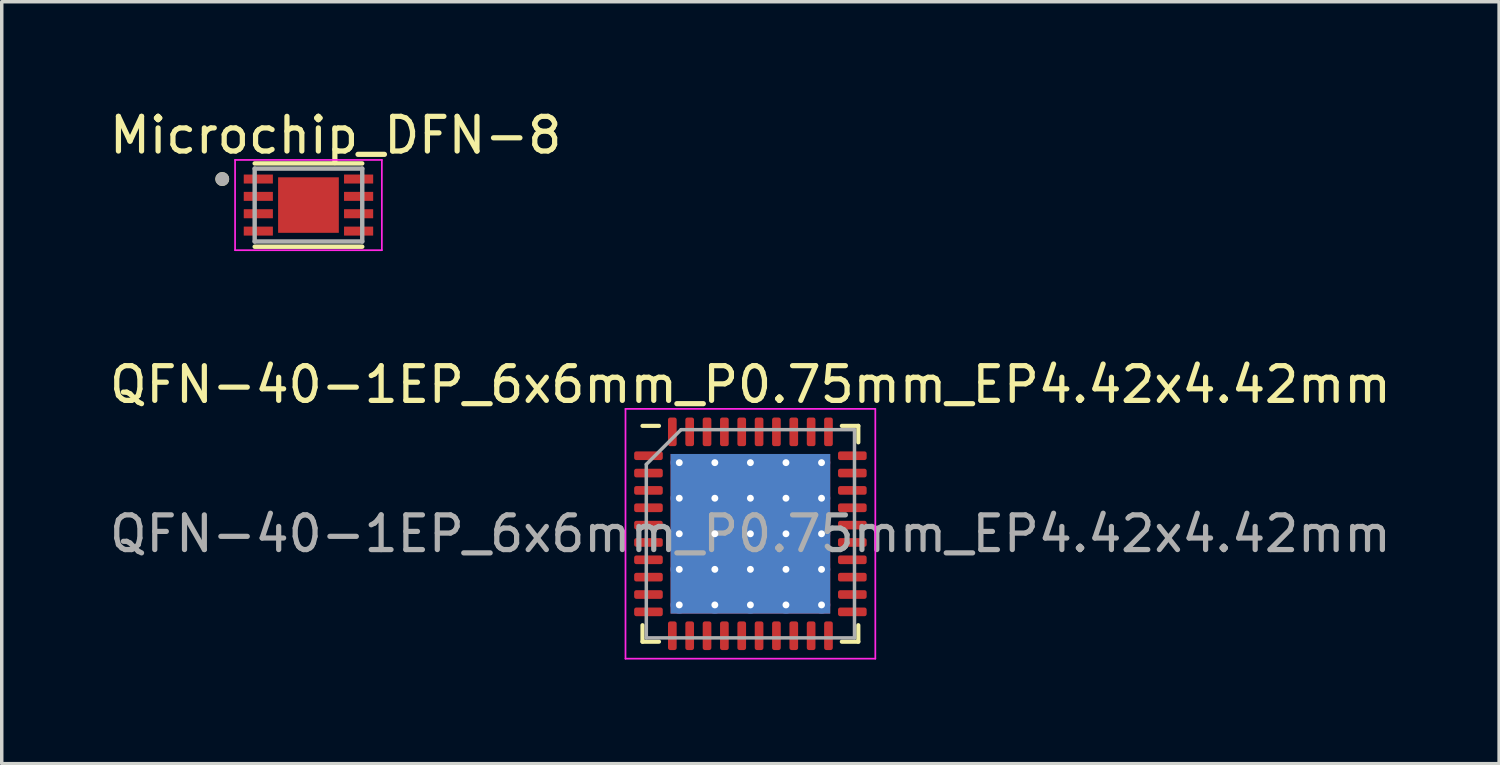
<source format=kicad_pcb>
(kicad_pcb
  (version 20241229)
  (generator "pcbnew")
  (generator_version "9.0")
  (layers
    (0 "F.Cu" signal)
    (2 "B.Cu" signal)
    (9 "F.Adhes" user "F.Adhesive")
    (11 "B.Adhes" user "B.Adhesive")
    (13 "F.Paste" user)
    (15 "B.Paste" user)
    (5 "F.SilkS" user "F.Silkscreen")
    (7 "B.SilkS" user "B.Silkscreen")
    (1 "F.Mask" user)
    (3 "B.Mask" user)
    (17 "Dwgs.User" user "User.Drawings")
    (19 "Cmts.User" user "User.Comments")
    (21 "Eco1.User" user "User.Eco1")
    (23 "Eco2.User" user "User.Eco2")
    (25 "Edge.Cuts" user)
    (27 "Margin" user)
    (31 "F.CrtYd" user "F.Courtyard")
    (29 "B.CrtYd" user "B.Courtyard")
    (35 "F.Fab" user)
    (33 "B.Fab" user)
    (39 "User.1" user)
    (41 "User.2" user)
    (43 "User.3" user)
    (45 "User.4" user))
  (footprint "Microchip_DFN-8"
    (layer "F.Cu")
    (at 5.84 2.86)
    (property "Reference" "Microchip_DFN-8" (at 0.785 -2.012 0) (layer "F.SilkS") (effects (font (size 1 1) (thickness 0.15))))
    (attr smd)
    (fp_line (start -1.55 -1.2) (end 1.55 -1.2) (stroke (width 0.127) (type solid)) (layer "F.SilkS"))
    (fp_line (start -1.55 1.2) (end 1.55 1.2) (stroke (width 0.127) (type solid)) (layer "F.SilkS"))
    (fp_circle (center -2.485 -0.75) (end -2.385 -0.75) (stroke (width 0.2) (type solid)) (fill no) (layer "F.SilkS"))
    (fp_poly (pts (xy -0.55 -0.51) (xy 0.55 -0.51) (xy 0.55 0.51) (xy -0.55 0.51)) (stroke (width 0.01) (type solid)) (fill yes) (layer "F.Paste"))
    (fp_line (start -2.115 -1.3) (end -2.115 1.3) (stroke (width 0.05) (type solid)) (layer "F.CrtYd"))
    (fp_line (start -2.115 -1.3) (end 2.115 -1.3) (stroke (width 0.05) (type solid)) (layer "F.CrtYd"))
    (fp_line (start -2.115 1.3) (end 2.115 1.3) (stroke (width 0.05) (type solid)) (layer "F.CrtYd"))
    (fp_line (start 2.115 -1.3) (end 2.115 1.3) (stroke (width 0.05) (type solid)) (layer "F.CrtYd"))
    (fp_line (start -1.55 -1.05) (end -1.55 1.05) (stroke (width 0.127) (type solid)) (layer "F.Fab"))
    (fp_line (start -1.55 -1.05) (end 1.55 -1.05) (stroke (width 0.127) (type solid)) (layer "F.Fab"))
    (fp_line (start -1.55 1.05) (end 1.55 1.05) (stroke (width 0.127) (type solid)) (layer "F.Fab"))
    (fp_line (start 1.55 -1.05) (end 1.55 1.05) (stroke (width 0.127) (type solid)) (layer "F.Fab"))
    (fp_circle (center -2.485 -0.75) (end -2.385 -0.75) (stroke (width 0.2) (type solid)) (fill no) (layer "F.Fab"))
    (pad "1" smd roundrect (at -1.445 -0.75) (size 0.84 0.26) (layers "F.Cu" "F.Paste") (roundrect_rratio 0.03))
    (pad "2" smd roundrect (at -1.445 -0.25) (size 0.84 0.26) (layers "F.Cu" "F.Paste") (roundrect_rratio 0.03))
    (pad "3" smd roundrect (at -1.445 0.25) (size 0.84 0.26) (layers "F.Cu" "F.Paste") (roundrect_rratio 0.03))
    (pad "4" smd roundrect (at -1.445 0.75) (size 0.84 0.26) (layers "F.Cu" "F.Paste") (roundrect_rratio 0.03))
    (pad "5" smd roundrect (at 1.445 0.75) (size 0.84 0.26) (layers "F.Cu" "F.Paste") (roundrect_rratio 0.03))
    (pad "6" smd roundrect (at 1.445 0.25) (size 0.84 0.26) (layers "F.Cu" "F.Paste") (roundrect_rratio 0.03))
    (pad "7" smd roundrect (at 1.445 -0.25) (size 0.84 0.26) (layers "F.Cu" "F.Paste") (roundrect_rratio 0.03))
    (pad "8" smd roundrect (at 1.445 -0.75) (size 0.84 0.26) (layers "F.Cu" "F.Paste") (roundrect_rratio 0.03))
    (pad "9" smd rect (at 0 0) (size 1.75 1.6) (layers "F.Cu")))
  (footprint "QFN-40-1EP_6x6mm_P0.75mm_EP4.42x4.42mm"
    (layer "F.Cu")
    (at 18.577 12.334)
    (property "Reference" "QFN-40-1EP_6x6mm_P0.75mm_EP4.42x4.42mm" (at 0 -4.3 0) (layer "F.SilkS") (effects (font (size 1 1) (thickness 0.15))))
    (attr smd)
    (fp_line (start -3.11 3.11) (end -3.11 2.635) (stroke (width 0.12) (type solid)) (layer "F.SilkS"))
    (fp_line (start -2.635 -3.11) (end -3.11 -3.11) (stroke (width 0.12) (type solid)) (layer "F.SilkS"))
    (fp_line (start -2.635 3.11) (end -3.11 3.11) (stroke (width 0.12) (type solid)) (layer "F.SilkS"))
    (fp_line (start 2.635 -3.11) (end 3.11 -3.11) (stroke (width 0.12) (type solid)) (layer "F.SilkS"))
    (fp_line (start 2.635 3.11) (end 3.11 3.11) (stroke (width 0.12) (type solid)) (layer "F.SilkS"))
    (fp_line (start 3.11 -3.11) (end 3.11 -2.635) (stroke (width 0.12) (type solid)) (layer "F.SilkS"))
    (fp_line (start 3.11 3.11) (end 3.11 2.635) (stroke (width 0.12) (type solid)) (layer "F.SilkS"))
    (fp_line (start -3.6 -3.6) (end -3.6 3.6) (stroke (width 0.05) (type solid)) (layer "F.CrtYd"))
    (fp_line (start -3.6 3.6) (end 3.6 3.6) (stroke (width 0.05) (type solid)) (layer "F.CrtYd"))
    (fp_line (start 3.6 -3.6) (end -3.6 -3.6) (stroke (width 0.05) (type solid)) (layer "F.CrtYd"))
    (fp_line (start 3.6 3.6) (end 3.6 -3.6) (stroke (width 0.05) (type solid)) (layer "F.CrtYd"))
    (fp_line (start -3 -2) (end -2 -3) (stroke (width 0.1) (type solid)) (layer "F.Fab"))
    (fp_line (start -3 3) (end -3 -2) (stroke (width 0.1) (type solid)) (layer "F.Fab"))
    (fp_line (start -2 -3) (end 3 -3) (stroke (width 0.1) (type solid)) (layer "F.Fab"))
    (fp_line (start 3 -3) (end 3 3) (stroke (width 0.1) (type solid)) (layer "F.Fab"))
    (fp_line (start 3 3) (end -3 3) (stroke (width 0.1) (type solid)) (layer "F.Fab"))
    (fp_text user "${REFERENCE}" (at 0 0 0) (layer "F.Fab") (effects (font (size 1 1) (thickness 0.15))))
    (pad "" smd custom (at -1.538 -1.538) (size 0.786 0.786) (layers "F.Paste") (options (anchor circle)) (primitives (gr_poly (pts (xy 0.34 -0.253) (xy 0.34 0.253) (xy 0.253 0.34) (xy -0.253 0.34) (xy -0.34 0.253) (xy -0.34 -0.253) (xy -0.253 -0.34) (xy 0.253 -0.34)) (width 0.21) (fill yes))))
    (pad "" smd custom (at -1.538 -0.512) (size 0.786 0.786) (layers "F.Paste") (options (anchor circle)) (primitives (gr_poly (pts (xy 0.34 -0.253) (xy 0.34 0.253) (xy 0.253 0.34) (xy -0.253 0.34) (xy -0.34 0.253) (xy -0.34 -0.253) (xy -0.253 -0.34) (xy 0.253 -0.34)) (width 0.21) (fill yes))))
    (pad "" smd custom (at -1.538 0.512) (size 0.786 0.786) (layers "F.Paste") (options (anchor circle)) (primitives (gr_poly (pts (xy 0.34 -0.253) (xy 0.34 0.253) (xy 0.253 0.34) (xy -0.253 0.34) (xy -0.34 0.253) (xy -0.34 -0.253) (xy -0.253 -0.34) (xy 0.253 -0.34)) (width 0.21) (fill yes))))
    (pad "" smd custom (at -1.538 1.538) (size 0.786 0.786) (layers "F.Paste") (options (anchor circle)) (primitives (gr_poly (pts (xy 0.34 -0.253) (xy 0.34 0.253) (xy 0.253 0.34) (xy -0.253 0.34) (xy -0.34 0.253) (xy -0.34 -0.253) (xy -0.253 -0.34) (xy 0.253 -0.34)) (width 0.21) (fill yes))))
    (pad "" smd custom (at -0.512 -1.538) (size 0.786 0.786) (layers "F.Paste") (options (anchor circle)) (primitives (gr_poly (pts (xy 0.34 -0.253) (xy 0.34 0.253) (xy 0.253 0.34) (xy -0.253 0.34) (xy -0.34 0.253) (xy -0.34 -0.253) (xy -0.253 -0.34) (xy 0.253 -0.34)) (width 0.21) (fill yes))))
    (pad "" smd custom (at -0.512 -0.512) (size 0.786 0.786) (layers "F.Paste") (options (anchor circle)) (primitives (gr_poly (pts (xy 0.34 -0.253) (xy 0.34 0.253) (xy 0.253 0.34) (xy -0.253 0.34) (xy -0.34 0.253) (xy -0.34 -0.253) (xy -0.253 -0.34) (xy 0.253 -0.34)) (width 0.21) (fill yes))))
    (pad "" smd custom (at -0.512 0.512) (size 0.786 0.786) (layers "F.Paste") (options (anchor circle)) (primitives (gr_poly (pts (xy 0.34 -0.253) (xy 0.34 0.253) (xy 0.253 0.34) (xy -0.253 0.34) (xy -0.34 0.253) (xy -0.34 -0.253) (xy -0.253 -0.34) (xy 0.253 -0.34)) (width 0.21) (fill yes))))
    (pad "" smd custom (at -0.512 1.538) (size 0.786 0.786) (layers "F.Paste") (options (anchor circle)) (primitives (gr_poly (pts (xy 0.34 -0.253) (xy 0.34 0.253) (xy 0.253 0.34) (xy -0.253 0.34) (xy -0.34 0.253) (xy -0.34 -0.253) (xy -0.253 -0.34) (xy 0.253 -0.34)) (width 0.21) (fill yes))))
    (pad "" smd custom (at 0.512 -1.538) (size 0.786 0.786) (layers "F.Paste") (options (anchor circle)) (primitives (gr_poly (pts (xy 0.34 -0.253) (xy 0.34 0.253) (xy 0.253 0.34) (xy -0.253 0.34) (xy -0.34 0.253) (xy -0.34 -0.253) (xy -0.253 -0.34) (xy 0.253 -0.34)) (width 0.21) (fill yes))))
    (pad "" smd custom (at 0.512 -0.512) (size 0.786 0.786) (layers "F.Paste") (options (anchor circle)) (primitives (gr_poly (pts (xy 0.34 -0.253) (xy 0.34 0.253) (xy 0.253 0.34) (xy -0.253 0.34) (xy -0.34 0.253) (xy -0.34 -0.253) (xy -0.253 -0.34) (xy 0.253 -0.34)) (width 0.21) (fill yes))))
    (pad "" smd custom (at 0.512 0.512) (size 0.786 0.786) (layers "F.Paste") (options (anchor circle)) (primitives (gr_poly (pts (xy 0.34 -0.253) (xy 0.34 0.253) (xy 0.253 0.34) (xy -0.253 0.34) (xy -0.34 0.253) (xy -0.34 -0.253) (xy -0.253 -0.34) (xy 0.253 -0.34)) (width 0.21) (fill yes))))
    (pad "" smd custom (at 0.512 1.538) (size 0.786 0.786) (layers "F.Paste") (options (anchor circle)) (primitives (gr_poly (pts (xy 0.34 -0.253) (xy 0.34 0.253) (xy 0.253 0.34) (xy -0.253 0.34) (xy -0.34 0.253) (xy -0.34 -0.253) (xy -0.253 -0.34) (xy 0.253 -0.34)) (width 0.21) (fill yes))))
    (pad "" smd custom (at 1.538 -1.538) (size 0.786 0.786) (layers "F.Paste") (options (anchor circle)) (primitives (gr_poly (pts (xy 0.34 -0.253) (xy 0.34 0.253) (xy 0.253 0.34) (xy -0.253 0.34) (xy -0.34 0.253) (xy -0.34 -0.253) (xy -0.253 -0.34) (xy 0.253 -0.34)) (width 0.21) (fill yes))))
    (pad "" smd custom (at 1.538 -0.512) (size 0.786 0.786) (layers "F.Paste") (options (anchor circle)) (primitives (gr_poly (pts (xy 0.34 -0.253) (xy 0.34 0.253) (xy 0.253 0.34) (xy -0.253 0.34) (xy -0.34 0.253) (xy -0.34 -0.253) (xy -0.253 -0.34) (xy 0.253 -0.34)) (width 0.21) (fill yes))))
    (pad "" smd custom (at 1.538 0.512) (size 0.786 0.786) (layers "F.Paste") (options (anchor circle)) (primitives (gr_poly (pts (xy 0.34 -0.253) (xy 0.34 0.253) (xy 0.253 0.34) (xy -0.253 0.34) (xy -0.34 0.253) (xy -0.34 -0.253) (xy -0.253 -0.34) (xy 0.253 -0.34)) (width 0.21) (fill yes))))
    (pad "" smd custom (at 1.538 1.538) (size 0.786 0.786) (layers "F.Paste") (options (anchor circle)) (primitives (gr_poly (pts (xy 0.34 -0.253) (xy 0.34 0.253) (xy 0.253 0.34) (xy -0.253 0.34) (xy -0.34 0.253) (xy -0.34 -0.253) (xy -0.253 -0.34) (xy 0.253 -0.34)) (width 0.21) (fill yes))))
    (pad "1" smd roundrect (at -2.938 -2.25) (size 0.825 0.25) (layers "F.Cu" "F.Mask" "F.Paste") (roundrect_rratio 0.25))
    (pad "2" smd roundrect (at -2.938 -1.75) (size 0.825 0.25) (layers "F.Cu" "F.Mask" "F.Paste") (roundrect_rratio 0.25))
    (pad "3" smd roundrect (at -2.938 -1.25) (size 0.825 0.25) (layers "F.Cu" "F.Mask" "F.Paste") (roundrect_rratio 0.25))
    (pad "4" smd roundrect (at -2.938 -0.75) (size 0.825 0.25) (layers "F.Cu" "F.Mask" "F.Paste") (roundrect_rratio 0.25))
    (pad "5" smd roundrect (at -2.938 -0.25) (size 0.825 0.25) (layers "F.Cu" "F.Mask" "F.Paste") (roundrect_rratio 0.25))
    (pad "6" smd roundrect (at -2.938 0.25) (size 0.825 0.25) (layers "F.Cu" "F.Mask" "F.Paste") (roundrect_rratio 0.25))
    (pad "7" smd roundrect (at -2.938 0.75) (size 0.825 0.25) (layers "F.Cu" "F.Mask" "F.Paste") (roundrect_rratio 0.25))
    (pad "8" smd roundrect (at -2.938 1.25) (size 0.825 0.25) (layers "F.Cu" "F.Mask" "F.Paste") (roundrect_rratio 0.25))
    (pad "9" smd roundrect (at -2.938 1.75) (size 0.825 0.25) (layers "F.Cu" "F.Mask" "F.Paste") (roundrect_rratio 0.25))
    (pad "10" smd roundrect (at -2.938 2.25) (size 0.825 0.25) (layers "F.Cu" "F.Mask" "F.Paste") (roundrect_rratio 0.25))
    (pad "11" smd roundrect (at -2.25 2.938) (size 0.25 0.825) (layers "F.Cu" "F.Mask" "F.Paste") (roundrect_rratio 0.25))
    (pad "12" smd roundrect (at -1.75 2.938) (size 0.25 0.825) (layers "F.Cu" "F.Mask" "F.Paste") (roundrect_rratio 0.25))
    (pad "13" smd roundrect (at -1.25 2.938) (size 0.25 0.825) (layers "F.Cu" "F.Mask" "F.Paste") (roundrect_rratio 0.25))
    (pad "14" smd roundrect (at -0.75 2.938) (size 0.25 0.825) (layers "F.Cu" "F.Mask" "F.Paste") (roundrect_rratio 0.25))
    (pad "15" smd roundrect (at -0.25 2.938) (size 0.25 0.825) (layers "F.Cu" "F.Mask" "F.Paste") (roundrect_rratio 0.25))
    (pad "16" smd roundrect (at 0.25 2.938) (size 0.25 0.825) (layers "F.Cu" "F.Mask" "F.Paste") (roundrect_rratio 0.25))
    (pad "17" smd roundrect (at 0.75 2.938) (size 0.25 0.825) (layers "F.Cu" "F.Mask" "F.Paste") (roundrect_rratio 0.25))
    (pad "18" smd roundrect (at 1.25 2.938) (size 0.25 0.825) (layers "F.Cu" "F.Mask" "F.Paste") (roundrect_rratio 0.25))
    (pad "19" smd roundrect (at 1.75 2.938) (size 0.25 0.825) (layers "F.Cu" "F.Mask" "F.Paste") (roundrect_rratio 0.25))
    (pad "20" smd roundrect (at 2.25 2.938) (size 0.25 0.825) (layers "F.Cu" "F.Mask" "F.Paste") (roundrect_rratio 0.25))
    (pad "21" smd roundrect (at 2.938 2.25) (size 0.825 0.25) (layers "F.Cu" "F.Mask" "F.Paste") (roundrect_rratio 0.25))
    (pad "22" smd roundrect (at 2.938 1.75) (size 0.825 0.25) (layers "F.Cu" "F.Mask" "F.Paste") (roundrect_rratio 0.25))
    (pad "23" smd roundrect (at 2.938 1.25) (size 0.825 0.25) (layers "F.Cu" "F.Mask" "F.Paste") (roundrect_rratio 0.25))
    (pad "24" smd roundrect (at 2.938 0.75) (size 0.825 0.25) (layers "F.Cu" "F.Mask" "F.Paste") (roundrect_rratio 0.25))
    (pad "25" smd roundrect (at 2.938 0.25) (size 0.825 0.25) (layers "F.Cu" "F.Mask" "F.Paste") (roundrect_rratio 0.25))
    (pad "26" smd roundrect (at 2.938 -0.25) (size 0.825 0.25) (layers "F.Cu" "F.Mask" "F.Paste") (roundrect_rratio 0.25))
    (pad "27" smd roundrect (at 2.938 -0.75) (size 0.825 0.25) (layers "F.Cu" "F.Mask" "F.Paste") (roundrect_rratio 0.25))
    (pad "28" smd roundrect (at 2.938 -1.25) (size 0.825 0.25) (layers "F.Cu" "F.Mask" "F.Paste") (roundrect_rratio 0.25))
    (pad "29" smd roundrect (at 2.938 -1.75) (size 0.825 0.25) (layers "F.Cu" "F.Mask" "F.Paste") (roundrect_rratio 0.25))
    (pad "30" smd roundrect (at 2.938 -2.25) (size 0.825 0.25) (layers "F.Cu" "F.Mask" "F.Paste") (roundrect_rratio 0.25))
    (pad "31" smd roundrect (at 2.25 -2.938) (size 0.25 0.825) (layers "F.Cu" "F.Mask" "F.Paste") (roundrect_rratio 0.25))
    (pad "32" smd roundrect (at 1.75 -2.938) (size 0.25 0.825) (layers "F.Cu" "F.Mask" "F.Paste") (roundrect_rratio 0.25))
    (pad "33" smd roundrect (at 1.25 -2.938) (size 0.25 0.825) (layers "F.Cu" "F.Mask" "F.Paste") (roundrect_rratio 0.25))
    (pad "34" smd roundrect (at 0.75 -2.938) (size 0.25 0.825) (layers "F.Cu" "F.Mask" "F.Paste") (roundrect_rratio 0.25))
    (pad "35" smd roundrect (at 0.25 -2.938) (size 0.25 0.825) (layers "F.Cu" "F.Mask" "F.Paste") (roundrect_rratio 0.25))
    (pad "36" smd roundrect (at -0.25 -2.938) (size 0.25 0.825) (layers "F.Cu" "F.Mask" "F.Paste") (roundrect_rratio 0.25))
    (pad "37" smd roundrect (at -0.75 -2.938) (size 0.25 0.825) (layers "F.Cu" "F.Mask" "F.Paste") (roundrect_rratio 0.25))
    (pad "38" smd roundrect (at -1.25 -2.938) (size 0.25 0.825) (layers "F.Cu" "F.Mask" "F.Paste") (roundrect_rratio 0.25))
    (pad "39" smd roundrect (at -1.75 -2.938) (size 0.25 0.825) (layers "F.Cu" "F.Mask" "F.Paste") (roundrect_rratio 0.25))
    (pad "40" smd roundrect (at -2.25 -2.938) (size 0.25 0.825) (layers "F.Cu" "F.Mask" "F.Paste") (roundrect_rratio 0.25))
    (pad "41" thru_hole circle (at -2.05 -2.05) (size 0.5 0.5) (drill 0.2) (layers "*.Cu"))
    (pad "41" thru_hole circle (at -2.05 -1.025) (size 0.5 0.5) (drill 0.2) (layers "*.Cu"))
    (pad "41" thru_hole circle (at -2.05 0) (size 0.5 0.5) (drill 0.2) (layers "*.Cu"))
    (pad "41" thru_hole circle (at -2.05 1.025) (size 0.5 0.5) (drill 0.2) (layers "*.Cu"))
    (pad "41" thru_hole circle (at -2.05 2.05) (size 0.5 0.5) (drill 0.2) (layers "*.Cu"))
    (pad "41" thru_hole circle (at -1.025 -2.05) (size 0.5 0.5) (drill 0.2) (layers "*.Cu"))
    (pad "41" thru_hole circle (at -1.025 -1.025) (size 0.5 0.5) (drill 0.2) (layers "*.Cu"))
    (pad "41" thru_hole circle (at -1.025 0) (size 0.5 0.5) (drill 0.2) (layers "*.Cu"))
    (pad "41" thru_hole circle (at -1.025 1.025) (size 0.5 0.5) (drill 0.2) (layers "*.Cu"))
    (pad "41" thru_hole circle (at -1.025 2.05) (size 0.5 0.5) (drill 0.2) (layers "*.Cu"))
    (pad "41" thru_hole circle (at 0 -2.05) (size 0.5 0.5) (drill 0.2) (layers "*.Cu"))
    (pad "41" thru_hole circle (at 0 -1.025) (size 0.5 0.5) (drill 0.2) (layers "*.Cu"))
    (pad "41" thru_hole circle (at 0 0) (size 0.5 0.5) (drill 0.2) (layers "*.Cu"))
    (pad "41" smd rect (at 0 0) (size 4.6 4.6) (layers "F.Cu" "F.Mask"))
    (pad "41" smd rect (at 0 0) (size 4.6 4.6) (layers "B.Cu"))
    (pad "41" thru_hole circle (at 0 1.025) (size 0.5 0.5) (drill 0.2) (layers "*.Cu"))
    (pad "41" thru_hole circle (at 0 2.05) (size 0.5 0.5) (drill 0.2) (layers "*.Cu"))
    (pad "41" thru_hole circle (at 1.025 -2.05) (size 0.5 0.5) (drill 0.2) (layers "*.Cu"))
    (pad "41" thru_hole circle (at 1.025 -1.025) (size 0.5 0.5) (drill 0.2) (layers "*.Cu"))
    (pad "41" thru_hole circle (at 1.025 0) (size 0.5 0.5) (drill 0.2) (layers "*.Cu"))
    (pad "41" thru_hole circle (at 1.025 1.025) (size 0.5 0.5) (drill 0.2) (layers "*.Cu"))
    (pad "41" thru_hole circle (at 1.025 2.05) (size 0.5 0.5) (drill 0.2) (layers "*.Cu"))
    (pad "41" thru_hole circle (at 2.05 -2.05) (size 0.5 0.5) (drill 0.2) (layers "*.Cu"))
    (pad "41" thru_hole circle (at 2.05 -1.025) (size 0.5 0.5) (drill 0.2) (layers "*.Cu"))
    (pad "41" thru_hole circle (at 2.05 0) (size 0.5 0.5) (drill 0.2) (layers "*.Cu"))
    (pad "41" thru_hole circle (at 2.05 1.025) (size 0.5 0.5) (drill 0.2) (layers "*.Cu"))
    (pad "41" thru_hole circle (at 2.05 2.05) (size 0.5 0.5) (drill 0.2) (layers "*.Cu")))
  (gr_rect
    (start -3 -3)
    (end 40.155 18.959)
    (stroke (width 0.1) (type default))
    (fill no)
    (layer "Edge.Cuts")))
</source>
